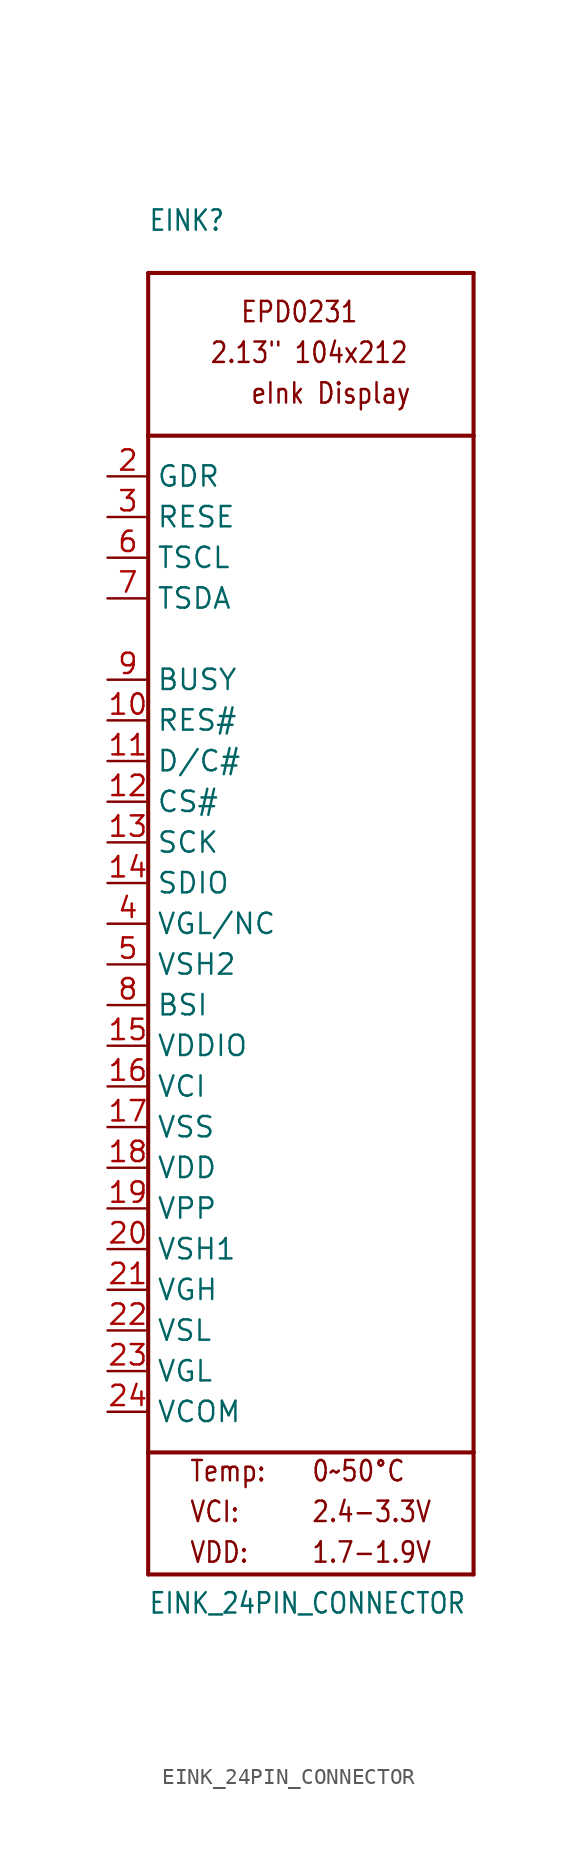
<source format=kicad_sym>
(kicad_symbol_lib
  (version 20211014)
  (generator kicad_symbol_editor)
  (symbol "EINK_24PIN_CONNECTOR"
    (property "Reference" "EINK"
      (at -10.16 43.18 0)
      (effects (font (size 1.27 1.079)) (justify left bottom)))
    (property "Value" "EINK_24PIN_CONNECTOR"
      (at -10.16 -43.18 0)
      (effects (font (size 1.27 1.079)) (justify left bottom)))
    (property "ki_locked" ""
      (at 0 0 0)
      (effects (font (size 1.27 1.27))))
    (symbol "EINK_24PIN_CONNECTOR_1_0"
      (polyline (pts (xy -10.16 -40.64) (xy 10.16 -40.64)) (stroke (width 0.254) (type default) (color 0 0 0 0)) (fill (type none)))
      (polyline (pts (xy -10.16 -33.02) (xy -10.16 -40.64)) (stroke (width 0.254) (type default) (color 0 0 0 0)) (fill (type none)))
      (polyline (pts (xy -10.16 -33.02) (xy -10.16 30.48)) (stroke (width 0.254) (type default) (color 0 0 0 0)) (fill (type none)))
      (polyline (pts (xy -10.16 30.48) (xy 10.16 30.48)) (stroke (width 0.254) (type default) (color 0 0 0 0)) (fill (type none)))
      (polyline (pts (xy -10.16 40.64) (xy -10.16 30.48)) (stroke (width 0.254) (type default) (color 0 0 0 0)) (fill (type none)))
      (polyline (pts (xy -10.16 40.64) (xy 10.16 40.64)) (stroke (width 0.254) (type default) (color 0 0 0 0)) (fill (type none)))
      (polyline (pts (xy 10.16 -40.64) (xy 10.16 -33.02)) (stroke (width 0.254) (type default) (color 0 0 0 0)) (fill (type none)))
      (polyline (pts (xy 10.16 -33.02) (xy -10.16 -33.02)) (stroke (width 0.254) (type default) (color 0 0 0 0)) (fill (type none)))
      (polyline (pts (xy 10.16 30.48) (xy 10.16 -33.02)) (stroke (width 0.254) (type default) (color 0 0 0 0)) (fill (type none)))
      (polyline (pts (xy 10.16 40.64) (xy 10.16 30.48)) (stroke (width 0.254) (type default) (color 0 0 0 0)) (fill (type none)))
      (text "0~50°C" (at 0 -34.925 0) (effects (font (size 1.27 1.079)) (justify left bottom)))
      (text "1.7-1.9V" (at 0 -40.005 0) (effects (font (size 1.27 1.079)) (justify left bottom)))
      (text "2.13\" 104x212" (at -6.35 34.925 0) (effects (font (size 1.27 1.079)) (justify left bottom)))
      (text "2.4-3.3V" (at 0 -37.465 0) (effects (font (size 1.27 1.079)) (justify left bottom)))
      (text "eInk Display" (at -3.81 32.385 0) (effects (font (size 1.27 1.079)) (justify left bottom)))
      (text "EPD0231" (at -4.445 37.465 0) (effects (font (size 1.27 1.079)) (justify left bottom)))
      (text "Temp:" (at -7.62 -34.925 0) (effects (font (size 1.27 1.079)) (justify left bottom)))
      (text "VCI:" (at -7.62 -37.465 0) (effects (font (size 1.27 1.079)) (justify left bottom)))
      (text "VDD:" (at -7.62 -40.005 0) (effects (font (size 1.27 1.079)) (justify left bottom)))
      (pin input line (at -12.7 12.7 0) (length 2.54) (name "RES#" (effects (font (size 1.27 1.27)))) (number "10" (effects (font (size 1.27 1.27)))))
      (pin input line (at -12.7 10.16 0) (length 2.54) (name "D/C#" (effects (font (size 1.27 1.27)))) (number "11" (effects (font (size 1.27 1.27)))))
      (pin input line (at -12.7 7.62 0) (length 2.54) (name "CS#" (effects (font (size 1.27 1.27)))) (number "12" (effects (font (size 1.27 1.27)))))
      (pin bidirectional line (at -12.7 5.08 0) (length 2.54) (name "SCK" (effects (font (size 1.27 1.27)))) (number "13" (effects (font (size 1.27 1.27)))))
      (pin bidirectional line (at -12.7 2.54 0) (length 2.54) (name "SDIO" (effects (font (size 1.27 1.27)))) (number "14" (effects (font (size 1.27 1.27)))))
      (pin power_in line (at -12.7 -7.62 0) (length 2.54) (name "VDDIO" (effects (font (size 1.27 1.27)))) (number "15" (effects (font (size 1.27 1.27)))))
      (pin power_in line (at -12.7 -10.16 0) (length 2.54) (name "VCI" (effects (font (size 1.27 1.27)))) (number "16" (effects (font (size 1.27 1.27)))))
      (pin power_in line (at -12.7 -12.7 0) (length 2.54) (name "VSS" (effects (font (size 1.27 1.27)))) (number "17" (effects (font (size 1.27 1.27)))))
      (pin passive line (at -12.7 -15.24 0) (length 2.54) (name "VDD" (effects (font (size 1.27 1.27)))) (number "18" (effects (font (size 1.27 1.27)))))
      (pin passive line (at -12.7 -17.78 0) (length 2.54) (name "VPP" (effects (font (size 1.27 1.27)))) (number "19" (effects (font (size 1.27 1.27)))))
      (pin output line (at -12.7 27.94 0) (length 2.54) (name "GDR" (effects (font (size 1.27 1.27)))) (number "2" (effects (font (size 1.27 1.27)))))
      (pin passive line (at -12.7 -20.32 0) (length 2.54) (name "VSH1" (effects (font (size 1.27 1.27)))) (number "20" (effects (font (size 1.27 1.27)))))
      (pin passive line (at -12.7 -22.86 0) (length 2.54) (name "VGH" (effects (font (size 1.27 1.27)))) (number "21" (effects (font (size 1.27 1.27)))))
      (pin passive line (at -12.7 -25.4 0) (length 2.54) (name "VSL" (effects (font (size 1.27 1.27)))) (number "22" (effects (font (size 1.27 1.27)))))
      (pin passive line (at -12.7 -27.94 0) (length 2.54) (name "VGL" (effects (font (size 1.27 1.27)))) (number "23" (effects (font (size 1.27 1.27)))))
      (pin passive line (at -12.7 -30.48 0) (length 2.54) (name "VCOM" (effects (font (size 1.27 1.27)))) (number "24" (effects (font (size 1.27 1.27)))))
      (pin input line (at -12.7 25.4 0) (length 2.54) (name "RESE" (effects (font (size 1.27 1.27)))) (number "3" (effects (font (size 1.27 1.27)))))
      (pin bidirectional line (at -12.7 0 0) (length 2.54) (name "VGL/NC" (effects (font (size 1.27 1.27)))) (number "4" (effects (font (size 1.27 1.27)))))
      (pin passive line (at -12.7 -2.54 0) (length 2.54) (name "VSH2" (effects (font (size 1.27 1.27)))) (number "5" (effects (font (size 1.27 1.27)))))
      (pin output line (at -12.7 22.86 0) (length 2.54) (name "TSCL" (effects (font (size 1.27 1.27)))) (number "6" (effects (font (size 1.27 1.27)))))
      (pin bidirectional line (at -12.7 20.32 0) (length 2.54) (name "TSDA" (effects (font (size 1.27 1.27)))) (number "7" (effects (font (size 1.27 1.27)))))
      (pin input line (at -12.7 -5.08 0) (length 2.54) (name "BSI" (effects (font (size 1.27 1.27)))) (number "8" (effects (font (size 1.27 1.27)))))
      (pin output line (at -12.7 15.24 0) (length 2.54) (name "BUSY" (effects (font (size 1.27 1.27)))) (number "9" (effects (font (size 1.27 1.27))))))))
</source>
